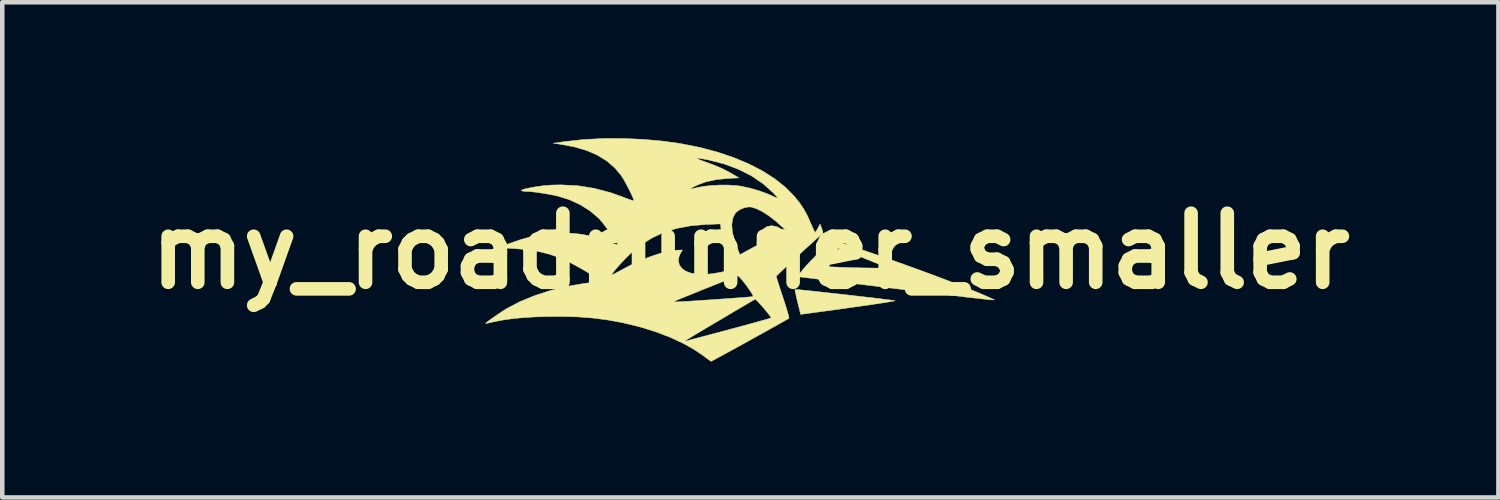
<source format=kicad_pcb>
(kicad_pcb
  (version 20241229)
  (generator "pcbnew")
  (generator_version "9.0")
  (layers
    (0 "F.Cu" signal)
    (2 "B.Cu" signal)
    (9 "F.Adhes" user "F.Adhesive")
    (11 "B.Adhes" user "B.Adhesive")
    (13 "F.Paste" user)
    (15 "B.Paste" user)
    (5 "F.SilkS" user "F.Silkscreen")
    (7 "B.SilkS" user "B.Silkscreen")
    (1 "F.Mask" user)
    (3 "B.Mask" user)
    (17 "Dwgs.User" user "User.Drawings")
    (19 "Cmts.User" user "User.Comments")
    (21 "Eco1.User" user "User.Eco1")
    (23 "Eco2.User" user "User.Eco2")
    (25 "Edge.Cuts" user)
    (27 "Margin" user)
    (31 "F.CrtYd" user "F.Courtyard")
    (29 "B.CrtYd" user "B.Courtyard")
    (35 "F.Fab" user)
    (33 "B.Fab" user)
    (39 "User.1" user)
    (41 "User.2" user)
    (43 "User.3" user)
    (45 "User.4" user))
  (footprint "my_roadrunner_smaller"
    (layer "F.Cu")
    (at 13.506 2.489)
    (property "Reference" "my_roadrunner_smaller" (at 0 0 0) (layer "F.SilkS") (effects (font (size 1.524 1.524) (thickness 0.3))))
    (attr through_hole)
    (fp_poly (pts (xy 1.009 0.849) (xy 1.068 0.853) (xy 1.16 0.862) (xy 1.279 0.874) (xy 1.422 0.889) (xy 1.582 0.907) (xy 1.756 0.926) (xy 1.939 0.946) (xy 2.125 0.967) (xy 2.311 0.988) (xy 2.49 1.009) (xy 2.659 1.028) (xy 2.813 1.047) (xy 2.947 1.063) (xy 3.055 1.076) (xy 3.134 1.087) (xy 3.179 1.094) (xy 3.186 1.095) (xy 3.174 1.101) (xy 3.123 1.111) (xy 3.035 1.126) (xy 2.914 1.145) (xy 2.762 1.168) (xy 2.581 1.195) (xy 2.375 1.224) (xy 2.147 1.256) (xy 1.899 1.291) (xy 1.633 1.327) (xy 1.354 1.365) (xy 1.206 1.384) (xy 1.11 1.397) (xy 1.043 1.127) (xy 1.019 1.027) (xy 1.001 0.941) (xy 0.989 0.88) (xy 0.986 0.85) (xy 0.986 0.848) (xy 1.009 0.849)) (stroke (width 0.01) (type solid)) (fill yes) (layer "F.SilkS"))
    (fp_poly (pts (xy 2.357 -0.063) (xy 2.7 0.053) (xy 3.043 0.172) (xy 3.381 0.292) (xy 3.71 0.411) (xy 4.025 0.527) (xy 4.323 0.639) (xy 4.598 0.745) (xy 4.846 0.844) (xy 5.064 0.934) (xy 5.246 1.013) (xy 5.271 1.024) (xy 5.387 1.077) (xy 5.302 1.076) (xy 5.269 1.073) (xy 5.198 1.065) (xy 5.09 1.053) (xy 4.949 1.037) (xy 4.779 1.018) (xy 4.581 0.994) (xy 4.359 0.968) (xy 4.117 0.939) (xy 3.856 0.908) (xy 3.581 0.875) (xy 3.294 0.84) (xy 3.175 0.826) (xy 2.885 0.79) (xy 2.606 0.756) (xy 2.341 0.724) (xy 2.094 0.694) (xy 1.866 0.666) (xy 1.662 0.641) (xy 1.484 0.619) (xy 1.335 0.6) (xy 1.217 0.586) (xy 1.135 0.576) (xy 1.09 0.57) (xy 1.084 0.569) (xy 1.062 0.563) (xy 1.056 0.55) (xy 1.069 0.524) (xy 1.103 0.478) (xy 1.155 0.413) (xy 1.213 0.346) (xy 1.221 0.337) (xy 1.6 0.337) (xy 1.623 0.34) (xy 1.683 0.345) (xy 1.773 0.349) (xy 1.888 0.354) (xy 2.021 0.359) (xy 2.167 0.364) (xy 2.319 0.368) (xy 2.472 0.372) (xy 2.619 0.374) (xy 2.756 0.376) (xy 2.773 0.376) (xy 3.059 0.379) (xy 2.508 0.158) (xy 2.365 0.1) (xy 2.234 0.049) (xy 2.122 0.006) (xy 2.032 -0.028) (xy 1.97 -0.05) (xy 1.942 -0.058) (xy 1.941 -0.058) (xy 1.919 -0.04) (xy 1.879 0.001) (xy 1.826 0.059) (xy 1.767 0.126) (xy 1.709 0.194) (xy 1.657 0.257) (xy 1.619 0.305) (xy 1.6 0.333) (xy 1.6 0.337) (xy 1.221 0.337) (xy 1.292 0.259) (xy 1.386 0.162) (xy 1.485 0.062) (xy 1.54 0.008) (xy 1.804 -0.249) (xy 2.357 -0.063)) (stroke (width 0.01) (type solid)) (fill yes) (layer "F.SilkS"))
    (fp_poly (pts (xy -2.359 -2.464) (xy -1.919 -2.424) (xy -1.535 -2.37) (xy -1.122 -2.288) (xy -0.732 -2.185) (xy -0.369 -2.063) (xy -0.034 -1.923) (xy 0.271 -1.766) (xy 0.542 -1.592) (xy 0.778 -1.404) (xy 0.975 -1.202) (xy 0.977 -1.2) (xy 1.091 -1.057) (xy 1.183 -0.92) (xy 1.263 -0.771) (xy 1.334 -0.609) (xy 1.37 -0.527) (xy 1.4 -0.461) (xy 1.422 -0.421) (xy 1.429 -0.413) (xy 1.446 -0.43) (xy 1.474 -0.474) (xy 1.491 -0.505) (xy 1.538 -0.597) (xy 1.576 -0.497) (xy 1.596 -0.432) (xy 1.598 -0.391) (xy 1.594 -0.384) (xy 1.563 -0.36) (xy 1.508 -0.312) (xy 1.433 -0.246) (xy 1.342 -0.164) (xy 1.241 -0.072) (xy 1.133 0.026) (xy 1.023 0.127) (xy 0.916 0.227) (xy 0.815 0.321) (xy 0.727 0.404) (xy 0.654 0.474) (xy 0.602 0.525) (xy 0.574 0.554) (xy 0.572 0.558) (xy 0.578 0.585) (xy 0.596 0.646) (xy 0.624 0.734) (xy 0.659 0.844) (xy 0.701 0.969) (xy 0.72 1.026) (xy 0.762 1.156) (xy 0.798 1.271) (xy 0.826 1.368) (xy 0.845 1.438) (xy 0.853 1.478) (xy 0.852 1.483) (xy 0.829 1.497) (xy 0.775 1.529) (xy 0.692 1.576) (xy 0.587 1.635) (xy 0.462 1.705) (xy 0.324 1.782) (xy 0.175 1.864) (xy 0.022 1.949) (xy -0.133 2.035) (xy -0.284 2.118) (xy -0.426 2.196) (xy -0.557 2.267) (xy -0.67 2.329) (xy -0.761 2.378) (xy -0.826 2.413) (xy -0.861 2.431) (xy -0.866 2.433) (xy -0.887 2.42) (xy -0.934 2.387) (xy -1 2.339) (xy -1.058 2.295) (xy -1.266 2.156) (xy -1.509 2.022) (xy -1.584 1.988) (xy -1.44 1.988) (xy -1.438 1.989) (xy -1.417 1.984) (xy -1.358 1.969) (xy -1.267 1.945) (xy -1.147 1.913) (xy -1.003 1.875) (xy -0.838 1.831) (xy -0.657 1.783) (xy -0.492 1.739) (xy -0.3 1.687) (xy -0.121 1.639) (xy 0.042 1.594) (xy 0.183 1.555) (xy 0.3 1.523) (xy 0.387 1.498) (xy 0.441 1.481) (xy 0.458 1.475) (xy 0.45 1.456) (xy 0.419 1.412) (xy 0.373 1.353) (xy 0.316 1.284) (xy 0.256 1.214) (xy 0.198 1.15) (xy 0.15 1.099) (xy 0.117 1.068) (xy 0.106 1.063) (xy 0.082 1.076) (xy 0.027 1.108) (xy -0.055 1.156) (xy -0.159 1.217) (xy -0.281 1.288) (xy -0.415 1.368) (xy -0.557 1.452) (xy -0.702 1.538) (xy -0.847 1.623) (xy -0.985 1.705) (xy -1.112 1.781) (xy -1.224 1.848) (xy -1.316 1.903) (xy -1.383 1.944) (xy -1.421 1.967) (xy -1.428 1.971) (xy -1.44 1.988) (xy -1.584 1.988) (xy -1.782 1.898) (xy -2.078 1.785) (xy -2.39 1.687) (xy -2.486 1.661) (xy -2.816 1.582) (xy -3.139 1.522) (xy -3.464 1.479) (xy -3.803 1.453) (xy -4.164 1.443) (xy -4.471 1.445) (xy -4.764 1.454) (xy -5.023 1.47) (xy -5.255 1.493) (xy -5.467 1.523) (xy -5.667 1.562) (xy -5.72 1.574) (xy -5.785 1.589) (xy -5.829 1.597) (xy -5.842 1.597) (xy -5.826 1.58) (xy -5.781 1.545) (xy -5.716 1.498) (xy -5.638 1.443) (xy -5.555 1.386) (xy -5.474 1.332) (xy -5.402 1.286) (xy -5.366 1.264) (xy -5.083 1.117) (xy -5.075 1.114) (xy -1.692 1.114) (xy -1.69 1.118) (xy -1.674 1.12) (xy -1.638 1.121) (xy -1.58 1.119) (xy -1.498 1.115) (xy -1.387 1.109) (xy -1.244 1.1) (xy -1.067 1.088) (xy -0.852 1.074) (xy -0.762 1.067) (xy -0.582 1.055) (xy -0.415 1.043) (xy -0.266 1.032) (xy -0.139 1.022) (xy -0.04 1.014) (xy 0.028 1.008) (xy 0.058 1.004) (xy 0.059 1.004) (xy 0.058 0.985) (xy 0.036 0.941) (xy -0.003 0.88) (xy -0.053 0.808) (xy -0.108 0.732) (xy -0.164 0.661) (xy -0.214 0.601) (xy -0.254 0.561) (xy -0.277 0.546) (xy -0.278 0.546) (xy -0.304 0.555) (xy -0.363 0.578) (xy -0.45 0.612) (xy -0.56 0.655) (xy -0.686 0.706) (xy -0.824 0.761) (xy -0.967 0.818) (xy -1.112 0.876) (xy -1.252 0.933) (xy -1.381 0.985) (xy -1.495 1.031) (xy -1.588 1.069) (xy -1.654 1.097) (xy -1.688 1.112) (xy -1.692 1.114) (xy -5.075 1.114) (xy -4.768 0.987) (xy -4.427 0.875) (xy -4.067 0.785) (xy -3.697 0.719) (xy -3.53 0.697) (xy -3.437 0.685) (xy -3.363 0.674) (xy -3.315 0.664) (xy -3.302 0.658) (xy -3.319 0.642) (xy -3.367 0.608) (xy -3.439 0.563) (xy -3.494 0.529) (xy -3.059 0.529) (xy -3.058 0.529) (xy -3.034 0.519) (xy -2.983 0.493) (xy -2.911 0.454) (xy -2.856 0.424) (xy -2.638 0.309) (xy -2.418 0.207) (xy -2.202 0.121) (xy -1.996 0.054) (xy -1.808 0.007) (xy -1.644 -0.018) (xy -1.573 -0.021) (xy -1.499 -0.021) (xy -1.543 0.05) (xy -1.576 0.131) (xy -1.587 0.207) (xy -1.568 0.303) (xy -1.512 0.383) (xy -1.423 0.446) (xy -1.304 0.489) (xy -1.157 0.512) (xy -0.987 0.514) (xy -0.892 0.506) (xy -0.793 0.493) (xy -0.687 0.474) (xy -0.582 0.453) (xy -0.487 0.431) (xy -0.409 0.409) (xy -0.357 0.391) (xy -0.339 0.377) (xy -0.348 0.352) (xy -0.372 0.298) (xy -0.409 0.221) (xy -0.453 0.131) (xy -0.456 0.126) (xy -0.53 -0.032) (xy -0.583 -0.17) (xy -0.619 -0.303) (xy -0.642 -0.446) (xy -0.646 -0.474) (xy -0.658 -0.581) (xy -0.41 -0.581) (xy -0.397 -0.42) (xy -0.351 -0.234) (xy -0.273 -0.023) (xy -0.271 -0.018) (xy -0.229 0.081) (xy -0.078 -0.003) (xy 0.004 -0.048) (xy 0.081 -0.089) (xy 0.138 -0.119) (xy 0.144 -0.122) (xy 0.19 -0.15) (xy 0.204 -0.18) (xy 0.201 -0.214) (xy 0.199 -0.297) (xy 0.222 -0.386) (xy 0.264 -0.463) (xy 0.282 -0.483) (xy 0.371 -0.541) (xy 0.472 -0.559) (xy 0.582 -0.538) (xy 0.698 -0.477) (xy 0.729 -0.455) (xy 0.789 -0.412) (xy 0.818 -0.398) (xy 0.818 -0.41) (xy 0.788 -0.447) (xy 0.729 -0.508) (xy 0.714 -0.522) (xy 0.563 -0.658) (xy 0.414 -0.774) (xy 0.272 -0.866) (xy 0.142 -0.932) (xy 0.029 -0.968) (xy -0.03 -0.974) (xy -0.124 -0.959) (xy -0.22 -0.921) (xy -0.301 -0.866) (xy -0.338 -0.827) (xy -0.39 -0.717) (xy -0.41 -0.581) (xy -0.658 -0.581) (xy -0.66 -0.599) (xy -0.981 -0.586) (xy -1.314 -0.558) (xy -1.619 -0.501) (xy -1.899 -0.414) (xy -2.158 -0.296) (xy -2.4 -0.145) (xy -2.629 0.042) (xy -2.693 0.102) (xy -2.77 0.179) (xy -2.846 0.26) (xy -2.918 0.34) (xy -2.98 0.412) (xy -3.027 0.471) (xy -3.055 0.512) (xy -3.059 0.529) (xy -3.494 0.529) (xy -3.529 0.508) (xy -3.629 0.448) (xy -3.734 0.387) (xy -3.837 0.33) (xy -3.931 0.278) (xy -3.998 0.244) (xy -4.22 0.144) (xy -4.445 0.066) (xy -4.682 0.008) (xy -4.94 -0.032) (xy -5.227 -0.057) (xy -5.271 -0.059) (xy -5.556 -0.074) (xy -5.35 -0.154) (xy -5.058 -0.256) (xy -4.786 -0.329) (xy -4.524 -0.376) (xy -4.263 -0.397) (xy -4.022 -0.395) (xy -3.855 -0.385) (xy -3.704 -0.366) (xy -3.558 -0.337) (xy -3.404 -0.296) (xy -3.229 -0.238) (xy -3.159 -0.214) (xy -3.067 -0.182) (xy -2.992 -0.157) (xy -2.94 -0.142) (xy -2.921 -0.139) (xy -2.921 -0.139) (xy -2.933 -0.167) (xy -2.967 -0.222) (xy -3.016 -0.295) (xy -3.076 -0.38) (xy -3.142 -0.47) (xy -3.208 -0.558) (xy -3.269 -0.636) (xy -3.32 -0.697) (xy -3.345 -0.723) (xy -3.534 -0.884) (xy -3.754 -1.023) (xy -3.999 -1.135) (xy -4.255 -1.214) (xy -4.36 -1.237) (xy -4.484 -1.26) (xy -4.615 -1.281) (xy -4.74 -1.299) (xy -4.847 -1.31) (xy -4.911 -1.314) (xy -4.998 -1.318) (xy -5.044 -1.328) (xy -5.048 -1.342) (xy -5.009 -1.36) (xy -4.929 -1.381) (xy -4.919 -1.383) (xy -4.729 -1.419) (xy -4.557 -1.443) (xy -4.384 -1.456) (xy -4.19 -1.46) (xy -4.183 -1.46) (xy -3.811 -1.442) (xy -3.444 -1.384) (xy -3.078 -1.287) (xy -2.827 -1.198) (xy -2.732 -1.161) (xy -2.653 -1.132) (xy -2.596 -1.113) (xy -2.57 -1.106) (xy -2.57 -1.106) (xy -2.573 -1.13) (xy -2.593 -1.182) (xy -2.626 -1.255) (xy -2.667 -1.341) (xy -2.681 -1.368) (xy -1.333 -1.368) (xy -1.315 -1.369) (xy -1.264 -1.379) (xy -1.193 -1.396) (xy -1.169 -1.402) (xy -1.029 -1.428) (xy -0.86 -1.446) (xy -0.678 -1.456) (xy -0.495 -1.456) (xy -0.327 -1.447) (xy -0.201 -1.43) (xy 0.005 -1.385) (xy 0.208 -1.325) (xy 0.391 -1.257) (xy 0.455 -1.228) (xy 0.523 -1.197) (xy 0.576 -1.175) (xy 0.603 -1.166) (xy 0.599 -1.179) (xy 0.57 -1.215) (xy 0.523 -1.266) (xy 0.507 -1.283) (xy 0.282 -1.484) (xy 0.026 -1.658) (xy -0.261 -1.804) (xy -0.576 -1.921) (xy -0.919 -2.009) (xy -0.924 -2.01) (xy -1.049 -2.034) (xy -1.133 -2.047) (xy -1.177 -2.05) (xy -1.18 -2.042) (xy -1.143 -2.023) (xy -1.066 -1.993) (xy -1.005 -1.971) (xy -0.839 -1.91) (xy -0.701 -1.855) (xy -0.579 -1.798) (xy -0.46 -1.736) (xy -0.396 -1.699) (xy -0.252 -1.615) (xy -0.502 -1.602) (xy -0.761 -1.575) (xy -0.987 -1.525) (xy -1.182 -1.451) (xy -1.204 -1.44) (xy -1.269 -1.407) (xy -1.315 -1.381) (xy -1.333 -1.368) (xy -1.333 -1.368) (xy -2.681 -1.368) (xy -2.714 -1.432) (xy -2.761 -1.52) (xy -2.804 -1.597) (xy -2.841 -1.654) (xy -2.843 -1.658) (xy -2.992 -1.836) (xy -3.167 -1.987) (xy -3.371 -2.114) (xy -3.604 -2.216) (xy -3.87 -2.295) (xy -4.17 -2.353) (xy -4.35 -2.379) (xy -4.085 -2.416) (xy -3.681 -2.46) (xy -3.251 -2.483) (xy -2.806 -2.484) (xy -2.359 -2.464)) (stroke (width 0.01) (type solid)) (fill yes) (layer "F.SilkS")))
  (gr_rect
    (start -3 -3)
    (end 30.011 7.926)
    (stroke (width 0.1) (type default))
    (fill no)
    (layer "Edge.Cuts")))
</source>
